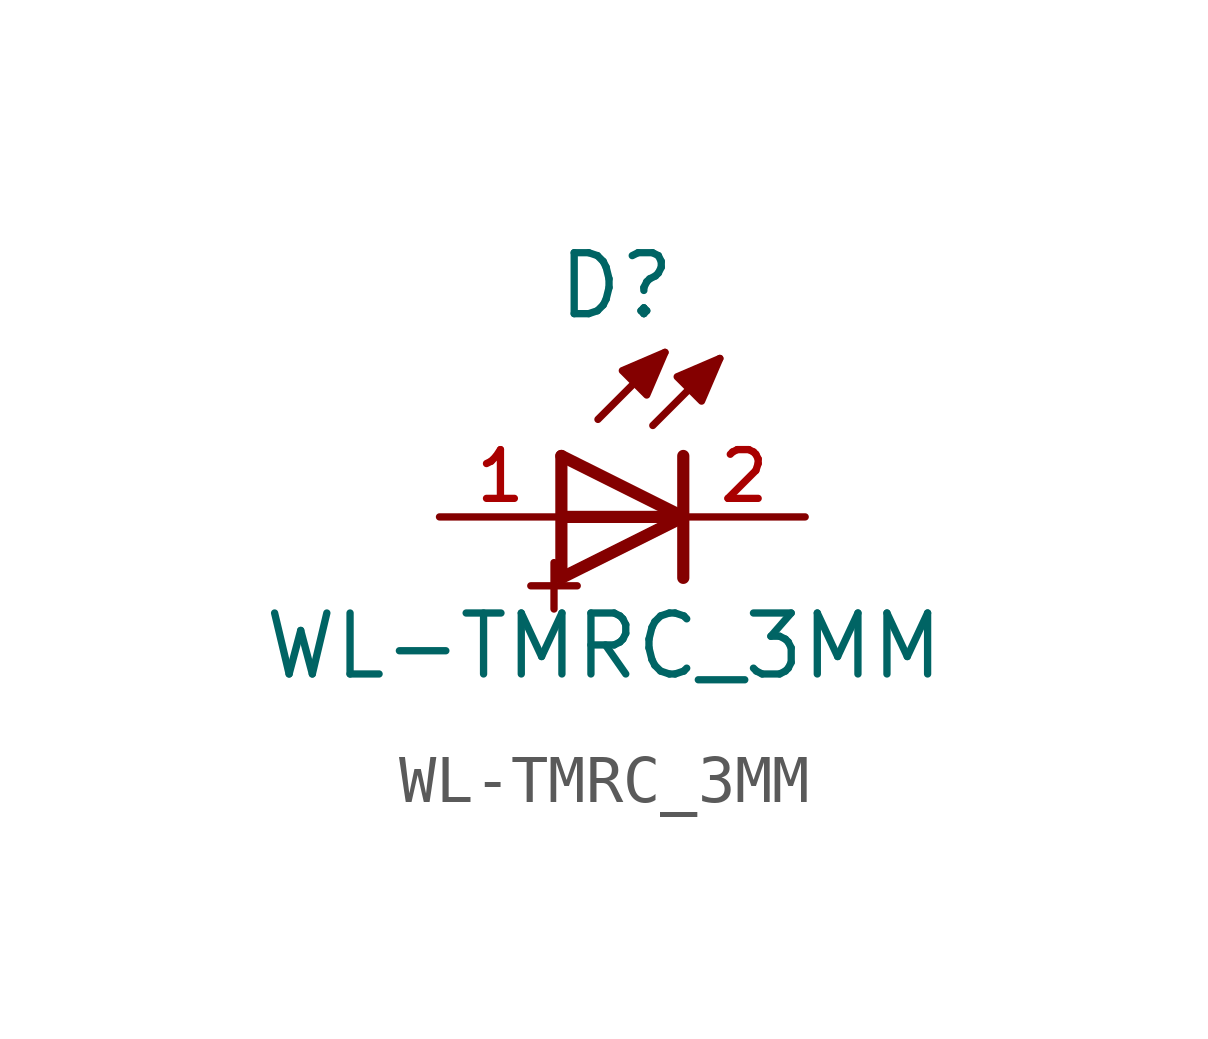
<source format=kicad_sym>
(kicad_symbol_lib
  (version 20211014)
  (generator kicad_symbol_editor)
  (symbol "WL-TMRC_3MM"
    (pin_names
      (offset 1.016))
    (property "Reference" "D"
      (at -1.396 4.072 0)
      (effects (font (size 1.27 1.27)) (justify bottom)))
    (property "Value" "WL-TMRC_3MM"
      (at -1.652 -3.436 0)
      (effects (font (size 1.27 1.27)) (justify bottom)))
    (symbol "WL-TMRC_3MM_0_0"
      (text "+" (at -3.58 -1.34 0) (effects (font (size 1.27 1.27)) (justify left)))
      (polyline (pts (xy -2.54 -1.27) (xy 0.0 0.0)) (stroke (width 0.254)))
      (polyline (pts (xy 0.0 0.0) (xy -2.54 1.27)) (stroke (width 0.254)))
      (polyline (pts (xy 0.0 -1.27) (xy 0.0 1.27)) (stroke (width 0.254)))
      (polyline (pts (xy -2.54 -1.27) (xy -2.54 1.27)) (stroke (width 0.254)))
      (polyline (pts (xy -1.778 2.032) (xy -0.381 3.429)) (stroke (width 0.152)))
      (polyline (pts (xy -0.635 1.905) (xy 0.762 3.302)) (stroke (width 0.152)))
      (polyline (pts (xy 0.0 0.0) (xy -2.54 0.0)) (stroke (width 0.254)))
      (polyline (pts (xy -0.381 3.429) (xy -1.27 3.048) (xy -0.762 2.54) (xy -0.381 3.429)) (stroke (width 0.152)) (fill (type outline)))
      (polyline (pts (xy 0.762 3.302) (xy -0.127 2.921) (xy 0.381 2.413) (xy 0.762 3.302)) (stroke (width 0.152)) (fill (type outline)))
      (pin passive line (at -5.08 0.0 0) (length 2.54) (name "~" (effects (font (size 1.016 1.016)))) (number "1" (effects (font (size 1.016 1.016)))))
      (pin passive line (at 2.54 0.0 180.0) (length 2.54) (name "~" (effects (font (size 1.016 1.016)))) (number "2" (effects (font (size 1.016 1.016))))))))
</source>
